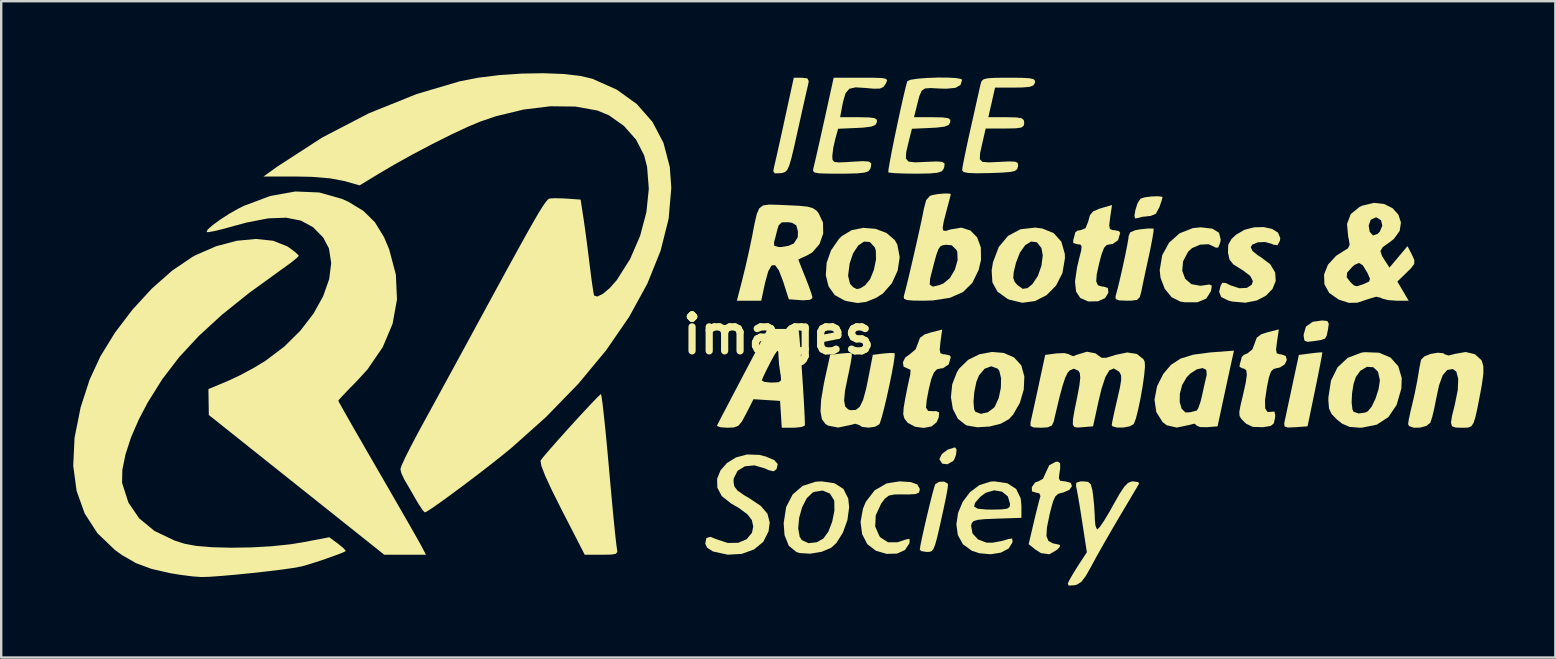
<source format=kicad_pcb>
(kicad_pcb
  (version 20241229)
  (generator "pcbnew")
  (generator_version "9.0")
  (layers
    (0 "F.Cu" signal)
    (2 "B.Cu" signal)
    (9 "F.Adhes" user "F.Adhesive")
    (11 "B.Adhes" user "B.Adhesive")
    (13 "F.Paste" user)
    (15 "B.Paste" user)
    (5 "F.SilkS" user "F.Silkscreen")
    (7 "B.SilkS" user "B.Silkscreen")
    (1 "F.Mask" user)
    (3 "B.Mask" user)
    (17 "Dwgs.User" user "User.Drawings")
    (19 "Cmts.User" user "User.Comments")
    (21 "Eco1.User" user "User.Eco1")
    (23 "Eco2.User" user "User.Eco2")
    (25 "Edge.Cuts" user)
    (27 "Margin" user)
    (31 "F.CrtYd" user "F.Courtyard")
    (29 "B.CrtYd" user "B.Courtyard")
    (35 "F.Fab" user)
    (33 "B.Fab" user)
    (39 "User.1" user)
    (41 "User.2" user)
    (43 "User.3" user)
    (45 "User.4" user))
  (footprint "images"
    (layer "F.Cu")
    (at 29.387 10.888)
    (property "Reference" "images" (at 0 0 0) (layer "F.SilkS") (effects (font (size 1.5 1.5) (thickness 0.3))))
    (attr board_only exclude_from_pos_files exclude_from_bom)
    (fp_poly (pts (xy 7.412 4.794) (xy 7.392 4.996) (xy 7.316 5.202) (xy 7.267 5.268) (xy 7.033 5.401) (xy 6.819 5.379) (xy 6.706 5.214) (xy 6.703 5.171) (xy 6.803 4.972) (xy 7.04 4.794) (xy 7.32 4.705) (xy 7.357 4.704)) (stroke (width 0) (type solid)) (fill yes) (layer "F.SilkS"))
    (fp_poly (pts (xy 22.856 -0.566) (xy 22.919 -0.453) (xy 22.885 -0.214) (xy 22.833 0.042) (xy 22.764 0.167) (xy 22.606 0.224) (xy 22.313 0.27) (xy 22.026 0.302) (xy 21.902 0.248) (xy 21.873 0.067) (xy 21.872 -0.003) (xy 21.969 -0.337) (xy 22.252 -0.533) (xy 22.644 -0.588)) (stroke (width 0) (type solid)) (fill yes) (layer "F.SilkS"))
    (fp_poly (pts (xy 15.97 -5.742) (xy 15.993 -5.721) (xy 15.958 -5.593) (xy 15.873 -5.338) (xy 15.863 -5.309) (xy 15.712 -5.031) (xy 15.491 -4.94) (xy 15.462 -4.939) (xy 15.148 -4.905) (xy 14.984 -4.86) (xy 14.853 -4.838) (xy 14.822 -4.948) (xy 14.859 -5.178) (xy 14.952 -5.474) (xy 15.073 -5.659) (xy 15.083 -5.666) (xy 15.257 -5.719) (xy 15.526 -5.753) (xy 15.795 -5.763)) (stroke (width 0) (type solid)) (fill yes) (layer "F.SilkS"))
    (fp_poly (pts (xy 22.649 0.743) (xy 22.633 0.859) (xy 22.577 1.162) (xy 22.489 1.61) (xy 22.378 2.158) (xy 22.35 2.293) (xy 22.034 3.822) (xy 21.527 3.859) (xy 21.213 3.872) (xy 21.077 3.829) (xy 21.062 3.703) (xy 21.077 3.623) (xy 21.125 3.399) (xy 21.209 3.005) (xy 21.317 2.504) (xy 21.403 2.1) (xy 21.672 0.849) (xy 22.152 0.785) (xy 22.454 0.75) (xy 22.631 0.739)) (stroke (width 0) (type solid)) (fill yes) (layer "F.SilkS"))
    (fp_poly (pts (xy 1.197 -10.674) (xy 1.254 -10.557) (xy 1.233 -10.436) (xy 1.185 -10.23) (xy 1.097 -9.843) (xy 0.98 -9.324) (xy 0.846 -8.72) (xy 0.789 -8.467) (xy 0.642 -7.809) (xy 0.531 -7.346) (xy 0.442 -7.042) (xy 0.36 -6.862) (xy 0.27 -6.772) (xy 0.158 -6.734) (xy 0.072 -6.723) (xy -0.162 -6.717) (xy -0.224 -6.81) (xy -0.197 -6.954) (xy -0.148 -7.162) (xy -0.059 -7.551) (xy 0.057 -8.073) (xy 0.191 -8.681) (xy 0.252 -8.963) (xy 0.631 -10.701) (xy 0.964 -10.701)) (stroke (width 0) (type solid)) (fill yes) (layer "F.SilkS"))
    (fp_poly (pts (xy 7.04 6.206) (xy 7.057 6.262) (xy 7.034 6.442) (xy 6.971 6.783) (xy 6.881 7.216) (xy 6.865 7.291) (xy 6.717 7.961) (xy 6.607 8.436) (xy 6.521 8.748) (xy 6.447 8.933) (xy 6.371 9.023) (xy 6.28 9.052) (xy 6.169 9.055) (xy 5.95 9.023) (xy 5.88 8.964) (xy 5.906 8.79) (xy 5.975 8.451) (xy 6.074 8.006) (xy 6.189 7.513) (xy 6.305 7.031) (xy 6.41 6.618) (xy 6.489 6.333) (xy 6.523 6.237) (xy 6.682 6.134) (xy 6.892 6.125)) (stroke (width 0) (type solid)) (fill yes) (layer "F.SilkS"))
    (fp_poly (pts (xy 15.62 -4.41) (xy 15.615 -4.284) (xy 15.566 -3.982) (xy 15.483 -3.554) (xy 15.423 -3.271) (xy 15.308 -2.744) (xy 15.204 -2.26) (xy 15.129 -1.897) (xy 15.108 -1.793) (xy 15.044 -1.557) (xy 14.928 -1.446) (xy 14.685 -1.413) (xy 14.505 -1.411) (xy 14.182 -1.424) (xy 14.042 -1.479) (xy 14.035 -1.599) (xy 14.041 -1.617) (xy 14.124 -1.922) (xy 14.228 -2.352) (xy 14.339 -2.842) (xy 14.443 -3.327) (xy 14.526 -3.745) (xy 14.575 -4.031) (xy 14.581 -4.105) (xy 14.643 -4.256) (xy 14.86 -4.349) (xy 15.079 -4.387) (xy 15.394 -4.419) (xy 15.592 -4.419)) (stroke (width 0) (type solid)) (fill yes) (layer "F.SilkS"))
    (fp_poly (pts (xy -7.376 2.588) (xy -7.333 2.902) (xy -7.278 3.389) (xy -7.212 4.019) (xy -7.141 4.761) (xy -7.069 5.556) (xy -6.994 6.397) (xy -6.923 7.17) (xy -6.858 7.843) (xy -6.803 8.38) (xy -6.761 8.749) (xy -6.738 8.908) (xy -6.72 9.055) (xy -6.785 9.134) (xy -6.984 9.166) (xy -7.366 9.172) (xy -7.377 9.172) (xy -8.077 9.172) (xy -9.043 7.292) (xy -9.443 6.493) (xy -9.724 5.886) (xy -9.883 5.474) (xy -9.92 5.261) (xy -9.914 5.244) (xy -9.804 5.1) (xy -9.574 4.829) (xy -9.258 4.469) (xy -8.89 4.057) (xy -8.501 3.628) (xy -8.126 3.22) (xy -7.798 2.869) (xy -7.55 2.612) (xy -7.416 2.486) (xy -7.403 2.479)) (stroke (width 0) (type solid)) (fill yes) (layer "F.SilkS"))
    (fp_poly (pts (xy 5.506 6.145) (xy 5.777 6.244) (xy 5.877 6.423) (xy 5.88 6.464) (xy 5.844 6.583) (xy 5.704 6.643) (xy 5.405 6.66) (xy 5.211 6.658) (xy 4.823 6.66) (xy 4.588 6.709) (xy 4.422 6.838) (xy 4.27 7.044) (xy 4.046 7.527) (xy 4.022 7.994) (xy 4.198 8.396) (xy 4.248 8.456) (xy 4.556 8.651) (xy 4.952 8.652) (xy 5.312 8.533) (xy 5.452 8.509) (xy 5.455 8.652) (xy 5.443 8.702) (xy 5.262 8.976) (xy 4.93 9.125) (xy 4.499 9.135) (xy 4.054 9.008) (xy 3.695 8.733) (xy 3.478 8.315) (xy 3.413 7.805) (xy 3.512 7.254) (xy 3.634 6.963) (xy 4 6.488) (xy 4.5 6.2) (xy 5.036 6.115)) (stroke (width 0) (type solid)) (fill yes) (layer "F.SilkS"))
    (fp_poly (pts (xy 18.068 -4.412) (xy 18.345 -4.242) (xy 18.417 -3.957) (xy 18.397 -3.838) (xy 18.31 -3.622) (xy 18.203 -3.623) (xy 18.188 -3.637) (xy 17.913 -3.764) (xy 17.559 -3.747) (xy 17.22 -3.601) (xy 17.059 -3.453) (xy 16.847 -3.049) (xy 16.813 -2.657) (xy 16.936 -2.324) (xy 17.195 -2.1) (xy 17.569 -2.033) (xy 17.684 -2.048) (xy 17.952 -2.087) (xy 18.045 -2.037) (xy 18.018 -1.854) (xy 18.004 -1.8) (xy 17.813 -1.499) (xy 17.449 -1.346) (xy 16.924 -1.345) (xy 16.732 -1.376) (xy 16.371 -1.556) (xy 16.084 -1.907) (xy 15.909 -2.367) (xy 15.875 -2.684) (xy 15.979 -3.306) (xy 16.266 -3.83) (xy 16.702 -4.218) (xy 17.252 -4.435) (xy 17.587 -4.468)) (stroke (width 0) (type solid)) (fill yes) (layer "F.SilkS"))
    (fp_poly (pts (xy 10.976 -4.421) (xy 11.457 -4.228) (xy 11.777 -3.87) (xy 11.921 -3.366) (xy 11.927 -3.183) (xy 11.823 -2.563) (xy 11.556 -2.041) (xy 11.163 -1.643) (xy 10.681 -1.396) (xy 10.148 -1.325) (xy 9.601 -1.457) (xy 9.525 -1.494) (xy 9.117 -1.789) (xy 8.904 -2.174) (xy 8.893 -2.358) (xy 9.774 -2.358) (xy 9.838 -2.189) (xy 9.945 -2.066) (xy 10.165 -1.905) (xy 10.367 -1.935) (xy 10.577 -2.11) (xy 10.799 -2.442) (xy 10.949 -2.871) (xy 11.003 -3.3) (xy 10.948 -3.606) (xy 10.758 -3.844) (xy 10.522 -3.878) (xy 10.275 -3.729) (xy 10.05 -3.413) (xy 9.89 -2.999) (xy 9.793 -2.603) (xy 9.774 -2.358) (xy 8.893 -2.358) (xy 8.874 -2.678) (xy 8.93 -3.015) (xy 9.171 -3.651) (xy 9.557 -4.112) (xy 10.069 -4.386) (xy 10.684 -4.457)) (stroke (width 0) (type solid)) (fill yes) (layer "F.SilkS"))
    (fp_poly (pts (xy 2.329 6.194) (xy 2.7 6.431) (xy 2.899 6.829) (xy 2.937 7.197) (xy 2.864 7.732) (xy 2.675 8.254) (xy 2.406 8.681) (xy 2.19 8.88) (xy 1.792 9.049) (xy 1.317 9.128) (xy 0.88 9.102) (xy 0.743 9.06) (xy 0.424 8.8) (xy 0.246 8.357) (xy 0.225 8.074) (xy 0.815 8.074) (xy 0.878 8.427) (xy 0.964 8.561) (xy 1.244 8.69) (xy 1.59 8.651) (xy 1.865 8.496) (xy 2.07 8.212) (xy 2.232 7.792) (xy 2.324 7.335) (xy 2.318 6.939) (xy 2.31 6.903) (xy 2.136 6.623) (xy 1.836 6.498) (xy 1.479 6.552) (xy 1.412 6.585) (xy 1.169 6.82) (xy 0.977 7.196) (xy 0.854 7.639) (xy 0.815 8.074) (xy 0.225 8.074) (xy 0.209 7.858) (xy 0.313 7.185) (xy 0.582 6.662) (xy 0.998 6.304) (xy 1.547 6.129) (xy 1.785 6.115)) (stroke (width 0) (type solid)) (fill yes) (layer "F.SilkS"))
    (fp_poly (pts (xy 4.032 -4.406) (xy 4.489 -4.235) (xy 4.832 -3.944) (xy 4.943 -3.753) (xy 5.043 -3.228) (xy 4.959 -2.667) (xy 4.718 -2.14) (xy 4.347 -1.714) (xy 4.068 -1.534) (xy 3.645 -1.361) (xy 3.286 -1.316) (xy 2.87 -1.388) (xy 2.735 -1.425) (xy 2.335 -1.647) (xy 2.078 -2.012) (xy 1.971 -2.45) (xy 2.893 -2.45) (xy 2.975 -2.113) (xy 3.108 -1.971) (xy 3.261 -1.894) (xy 3.415 -1.932) (xy 3.607 -2.056) (xy 3.811 -2.309) (xy 3.968 -2.697) (xy 4.056 -3.125) (xy 4.049 -3.5) (xy 4.003 -3.636) (xy 3.798 -3.857) (xy 3.557 -3.874) (xy 3.314 -3.708) (xy 3.099 -3.381) (xy 2.956 -2.953) (xy 2.893 -2.45) (xy 1.971 -2.45) (xy 1.965 -2.474) (xy 1.999 -2.988) (xy 2.181 -3.506) (xy 2.513 -3.985) (xy 2.627 -4.1) (xy 3.037 -4.348) (xy 3.527 -4.446)) (stroke (width 0) (type solid)) (fill yes) (layer "F.SilkS"))
    (fp_poly (pts (xy 9.379 0.767) (xy 9.806 0.952) (xy 10.107 1.282) (xy 10.109 1.287) (xy 10.236 1.746) (xy 10.211 2.291) (xy 10.049 2.845) (xy 9.771 3.331) (xy 9.6 3.518) (xy 9.257 3.712) (xy 8.785 3.831) (xy 8.283 3.861) (xy 7.85 3.789) (xy 7.797 3.768) (xy 7.467 3.509) (xy 7.258 3.101) (xy 7.208 2.796) (xy 8.118 2.796) (xy 8.142 3.102) (xy 8.192 3.214) (xy 8.425 3.301) (xy 8.716 3.237) (xy 8.971 3.046) (xy 9.011 2.992) (xy 9.17 2.638) (xy 9.257 2.22) (xy 9.266 1.817) (xy 9.192 1.51) (xy 9.123 1.419) (xy 8.854 1.321) (xy 8.58 1.423) (xy 8.349 1.695) (xy 8.239 1.964) (xy 8.151 2.391) (xy 8.118 2.796) (xy 7.208 2.796) (xy 7.177 2.604) (xy 7.231 2.073) (xy 7.427 1.566) (xy 7.522 1.416) (xy 7.896 1.051) (xy 8.368 0.819) (xy 8.881 0.724)) (stroke (width 0) (type solid)) (fill yes) (layer "F.SilkS"))
    (fp_poly (pts (xy 25.016 0.756) (xy 25.491 0.958) (xy 25.812 1.317) (xy 25.958 1.811) (xy 25.941 2.248) (xy 25.743 2.934) (xy 25.402 3.437) (xy 24.92 3.752) (xy 24.301 3.878) (xy 24.197 3.88) (xy 23.779 3.844) (xy 23.465 3.705) (xy 23.265 3.545) (xy 23.037 3.312) (xy 22.929 3.083) (xy 22.907 2.819) (xy 23.87 2.819) (xy 23.902 3.112) (xy 23.95 3.214) (xy 24.158 3.287) (xy 24.433 3.25) (xy 24.543 3.198) (xy 24.706 3) (xy 24.868 2.66) (xy 24.993 2.269) (xy 25.047 1.916) (xy 25.047 1.9) (xy 24.969 1.547) (xy 24.771 1.359) (xy 24.507 1.344) (xy 24.233 1.507) (xy 24.046 1.766) (xy 23.949 2.06) (xy 23.888 2.439) (xy 23.87 2.819) (xy 22.907 2.819) (xy 22.901 2.756) (xy 22.903 2.612) (xy 23.01 1.917) (xy 23.284 1.363) (xy 23.71 0.968) (xy 24.272 0.754) (xy 24.411 0.733)) (stroke (width 0) (type solid)) (fill yes) (layer "F.SilkS"))
    (fp_poly (pts (xy 11.726 5.356) (xy 11.729 5.578) (xy 11.708 5.703) (xy 11.672 5.977) (xy 11.729 6.091) (xy 11.92 6.115) (xy 11.939 6.115) (xy 12.166 6.174) (xy 12.219 6.313) (xy 12.111 6.468) (xy 11.858 6.579) (xy 11.828 6.584) (xy 11.651 6.632) (xy 11.53 6.736) (xy 11.433 6.946) (xy 11.332 7.314) (xy 11.281 7.526) (xy 11.175 8.049) (xy 11.157 8.391) (xy 11.236 8.594) (xy 11.422 8.697) (xy 11.555 8.724) (xy 11.725 8.765) (xy 11.704 8.854) (xy 11.596 8.966) (xy 11.279 9.152) (xy 10.932 9.105) (xy 10.689 8.951) (xy 10.416 8.73) (xy 10.633 7.805) (xy 10.742 7.352) (xy 10.836 6.981) (xy 10.898 6.757) (xy 10.906 6.732) (xy 10.859 6.612) (xy 10.725 6.585) (xy 10.551 6.532) (xy 10.549 6.35) (xy 10.687 6.159) (xy 10.819 6.115) (xy 11.012 6.007) (xy 11.109 5.793) (xy 11.272 5.445) (xy 11.543 5.3) (xy 11.625 5.293)) (stroke (width 0) (type solid)) (fill yes) (layer "F.SilkS"))
    (fp_poly (pts (xy 6.741 0.308) (xy 6.709 0.627) (xy 6.741 0.778) (xy 6.861 0.822) (xy 6.922 0.823) (xy 7.122 0.866) (xy 7.173 0.931) (xy 7.085 1.242) (xy 6.851 1.401) (xy 6.754 1.411) (xy 6.592 1.448) (xy 6.466 1.585) (xy 6.357 1.856) (xy 6.25 2.3) (xy 6.168 2.734) (xy 6.139 3.045) (xy 6.228 3.181) (xy 6.478 3.193) (xy 6.556 3.184) (xy 6.686 3.244) (xy 6.668 3.457) (xy 6.581 3.653) (xy 6.37 3.827) (xy 6.041 3.889) (xy 5.683 3.84) (xy 5.387 3.681) (xy 5.349 3.643) (xy 5.235 3.489) (xy 5.19 3.31) (xy 5.21 3.035) (xy 5.272 2.673) (xy 5.357 2.24) (xy 5.436 1.868) (xy 5.482 1.676) (xy 5.495 1.468) (xy 5.364 1.411) (xy 5.203 1.333) (xy 5.177 1.154) (xy 5.274 0.955) (xy 5.452 0.829) (xy 5.705 0.615) (xy 5.798 0.378) (xy 5.888 0.136) (xy 6.083 -0.007) (xy 6.34 -0.088) (xy 6.812 -0.208)) (stroke (width 0) (type solid)) (fill yes) (layer "F.SilkS"))
    (fp_poly (pts (xy 20.556 -4.402) (xy 20.804 -4.246) (xy 20.898 -4.018) (xy 20.879 -3.901) (xy 20.782 -3.723) (xy 20.617 -3.744) (xy 20.565 -3.77) (xy 20.27 -3.856) (xy 19.962 -3.844) (xy 19.732 -3.748) (xy 19.666 -3.645) (xy 19.743 -3.479) (xy 19.986 -3.284) (xy 20.074 -3.234) (xy 20.481 -2.929) (xy 20.685 -2.585) (xy 20.708 -2.233) (xy 20.573 -1.901) (xy 20.301 -1.62) (xy 19.915 -1.419) (xy 19.437 -1.328) (xy 18.889 -1.377) (xy 18.727 -1.42) (xy 18.434 -1.565) (xy 18.35 -1.786) (xy 18.415 -2.045) (xy 18.485 -2.158) (xy 18.615 -2.151) (xy 18.839 -2.045) (xy 19.195 -1.93) (xy 19.507 -1.946) (xy 19.711 -2.079) (xy 19.756 -2.228) (xy 19.645 -2.444) (xy 19.333 -2.682) (xy 19.256 -2.727) (xy 18.94 -2.926) (xy 18.783 -3.122) (xy 18.723 -3.395) (xy 18.72 -3.425) (xy 18.731 -3.742) (xy 18.863 -3.98) (xy 19.053 -4.159) (xy 19.402 -4.364) (xy 19.804 -4.468) (xy 20.205 -4.478)) (stroke (width 0) (type solid)) (fill yes) (layer "F.SilkS"))
    (fp_poly (pts (xy 4.819 0.771) (xy 4.831 0.776) (xy 4.834 0.897) (xy 4.791 1.193) (xy 4.715 1.612) (xy 4.615 2.101) (xy 4.504 2.606) (xy 4.393 3.075) (xy 4.293 3.455) (xy 4.216 3.693) (xy 4.196 3.734) (xy 4.019 3.839) (xy 3.74 3.878) (xy 3.476 3.845) (xy 3.354 3.767) (xy 3.191 3.715) (xy 2.987 3.767) (xy 2.482 3.874) (xy 2.06 3.792) (xy 1.952 3.727) (xy 1.804 3.53) (xy 1.744 3.202) (xy 1.77 2.717) (xy 1.884 2.047) (xy 1.935 1.804) (xy 2.146 0.845) (xy 2.572 0.792) (xy 2.864 0.768) (xy 3.036 0.775) (xy 3.047 0.781) (xy 3.046 0.907) (xy 2.998 1.204) (xy 2.915 1.614) (xy 2.887 1.738) (xy 2.766 2.336) (xy 2.727 2.744) (xy 2.772 2.996) (xy 2.904 3.123) (xy 3.01 3.151) (xy 3.218 3.137) (xy 3.381 3.005) (xy 3.517 2.724) (xy 3.644 2.261) (xy 3.73 1.845) (xy 3.923 0.844) (xy 4.343 0.791) (xy 4.638 0.766)) (stroke (width 0) (type solid)) (fill yes) (layer "F.SilkS"))
    (fp_poly (pts (xy 18.892 1.01) (xy 18.836 1.267) (xy 18.744 1.688) (xy 18.632 2.207) (xy 18.55 2.587) (xy 18.286 3.822) (xy 17.845 3.858) (xy 17.556 3.853) (xy 17.41 3.793) (xy 17.404 3.773) (xy 17.315 3.71) (xy 17.102 3.766) (xy 16.589 3.874) (xy 16.171 3.78) (xy 15.996 3.648) (xy 15.734 3.23) (xy 15.671 2.809) (xy 16.708 2.809) (xy 16.787 3.088) (xy 16.945 3.244) (xy 17.145 3.236) (xy 17.355 3.18) (xy 17.404 3.175) (xy 17.481 3.07) (xy 17.574 2.802) (xy 17.634 2.56) (xy 17.723 2.154) (xy 17.802 1.805) (xy 17.833 1.678) (xy 17.816 1.47) (xy 17.662 1.395) (xy 17.424 1.447) (xy 17.152 1.621) (xy 17.003 1.773) (xy 16.811 2.097) (xy 16.714 2.461) (xy 16.708 2.809) (xy 15.671 2.809) (xy 15.657 2.716) (xy 15.764 2.154) (xy 16.025 1.636) (xy 16.344 1.261) (xy 16.739 1.003) (xy 17.261 0.839) (xy 17.96 0.746) (xy 17.996 0.743) (xy 18.969 0.668)) (stroke (width 0) (type solid)) (fill yes) (layer "F.SilkS"))
    (fp_poly (pts (xy 13.81 -4.874) (xy 13.772 -4.552) (xy 13.8 -4.399) (xy 13.914 -4.353) (xy 13.98 -4.351) (xy 14.178 -4.308) (xy 14.229 -4.243) (xy 14.142 -3.933) (xy 13.913 -3.774) (xy 13.819 -3.763) (xy 13.667 -3.733) (xy 13.555 -3.611) (xy 13.454 -3.348) (xy 13.358 -2.992) (xy 13.251 -2.511) (xy 13.23 -2.212) (xy 13.3 -2.056) (xy 13.47 -2.001) (xy 13.538 -1.999) (xy 13.717 -1.939) (xy 13.737 -1.742) (xy 13.597 -1.517) (xy 13.302 -1.386) (xy 12.923 -1.379) (xy 12.876 -1.388) (xy 12.564 -1.526) (xy 12.389 -1.796) (xy 12.346 -2.217) (xy 12.433 -2.81) (xy 12.514 -3.146) (xy 12.603 -3.5) (xy 12.622 -3.684) (xy 12.564 -3.753) (xy 12.442 -3.763) (xy 12.27 -3.815) (xy 12.276 -3.949) (xy 12.339 -4.173) (xy 12.347 -4.243) (xy 12.446 -4.33) (xy 12.585 -4.351) (xy 12.784 -4.432) (xy 12.894 -4.701) (xy 12.895 -4.706) (xy 12.968 -4.973) (xy 13.098 -5.129) (xy 13.354 -5.241) (xy 13.533 -5.295) (xy 13.888 -5.396)) (stroke (width 0) (type solid)) (fill yes) (layer "F.SilkS"))
    (fp_poly (pts (xy -0.8 5.012) (xy -0.536 5.08) (xy -0.181 5.231) (xy -0.038 5.393) (xy -0.083 5.592) (xy -0.098 5.617) (xy -0.211 5.696) (xy -0.414 5.649) (xy -0.572 5.576) (xy -1.009 5.448) (xy -1.406 5.488) (xy -1.71 5.675) (xy -1.869 5.988) (xy -1.881 6.118) (xy -1.848 6.321) (xy -1.716 6.496) (xy -1.44 6.691) (xy -1.231 6.812) (xy -0.744 7.138) (xy -0.465 7.464) (xy -0.372 7.83) (xy -0.421 8.201) (xy -0.641 8.635) (xy -1.028 8.952) (xy -1.535 9.136) (xy -2.118 9.17) (xy -2.729 9.037) (xy -2.734 9.036) (xy -2.975 8.882) (xy -3.057 8.712) (xy -3.01 8.476) (xy -2.849 8.425) (xy -2.578 8.53) (xy -2.119 8.681) (xy -1.688 8.674) (xy -1.335 8.527) (xy -1.111 8.257) (xy -1.058 7.998) (xy -1.114 7.732) (xy -1.303 7.485) (xy -1.659 7.223) (xy -1.988 7.032) (xy -2.37 6.728) (xy -2.554 6.377) (xy -2.563 6.009) (xy -2.421 5.655) (xy -2.15 5.348) (xy -1.774 5.117) (xy -1.316 4.995)) (stroke (width 0) (type solid)) (fill yes) (layer "F.SilkS"))
    (fp_poly (pts (xy 14.974 6.144) (xy 15.018 6.203) (xy 14.943 6.332) (xy 14.772 6.622) (xy 14.529 7.032) (xy 14.239 7.519) (xy 14.2 7.585) (xy 13.86 8.165) (xy 13.52 8.756) (xy 13.222 9.285) (xy 13.029 9.643) (xy 12.796 10.057) (xy 12.611 10.299) (xy 12.433 10.416) (xy 12.302 10.445) (xy 12.079 10.455) (xy 12.045 10.372) (xy 12.122 10.21) (xy 12.281 9.936) (xy 12.495 9.593) (xy 12.554 9.503) (xy 12.84 9.068) (xy 12.645 7.797) (xy 12.561 7.258) (xy 12.482 6.791) (xy 12.421 6.455) (xy 12.391 6.321) (xy 12.397 6.172) (xy 12.567 6.118) (xy 12.676 6.115) (xy 12.889 6.135) (xy 13.004 6.235) (xy 13.069 6.479) (xy 13.096 6.66) (xy 13.143 7.113) (xy 13.169 7.561) (xy 13.17 7.66) (xy 13.195 7.948) (xy 13.257 8.105) (xy 13.278 8.114) (xy 13.377 8.017) (xy 13.556 7.757) (xy 13.784 7.378) (xy 13.931 7.114) (xy 14.199 6.64) (xy 14.396 6.341) (xy 14.554 6.18) (xy 14.704 6.119) (xy 14.771 6.115)) (stroke (width 0) (type solid)) (fill yes) (layer "F.SilkS"))
    (fp_poly (pts (xy 20.76 0.303) (xy 20.722 0.624) (xy 20.751 0.776) (xy 20.867 0.821) (xy 20.932 0.823) (xy 21.126 0.894) (xy 21.17 1.058) (xy 21.084 1.241) (xy 20.884 1.37) (xy 20.797 1.388) (xy 20.624 1.43) (xy 20.511 1.54) (xy 20.427 1.775) (xy 20.343 2.181) (xy 20.262 2.73) (xy 20.269 3.075) (xy 20.368 3.227) (xy 20.525 3.216) (xy 20.656 3.208) (xy 20.687 3.361) (xy 20.676 3.482) (xy 20.627 3.7) (xy 20.497 3.807) (xy 20.216 3.852) (xy 20.144 3.858) (xy 19.753 3.845) (xy 19.483 3.718) (xy 19.409 3.652) (xy 19.271 3.51) (xy 19.2 3.387) (xy 19.191 3.222) (xy 19.241 2.95) (xy 19.342 2.528) (xy 19.458 2.006) (xy 19.505 1.671) (xy 19.48 1.486) (xy 19.385 1.416) (xy 19.331 1.411) (xy 19.199 1.341) (xy 19.214 1.225) (xy 19.277 1.01) (xy 19.285 0.945) (xy 19.383 0.843) (xy 19.521 0.789) (xy 19.732 0.621) (xy 19.828 0.375) (xy 19.917 0.129) (xy 20.11 -0.015) (xy 20.368 -0.097) (xy 20.838 -0.216)) (stroke (width 0) (type solid)) (fill yes) (layer "F.SilkS"))
    (fp_poly (pts (xy 9.528 6.194) (xy 9.894 6.431) (xy 10.084 6.824) (xy 10.113 7.118) (xy 10.113 7.634) (xy 9.084 7.668) (xy 8.589 7.689) (xy 8.281 7.72) (xy 8.114 7.773) (xy 8.041 7.862) (xy 8.018 7.96) (xy 8.076 8.286) (xy 8.309 8.537) (xy 8.66 8.668) (xy 8.921 8.668) (xy 9.272 8.603) (xy 9.55 8.526) (xy 9.566 8.52) (xy 9.729 8.494) (xy 9.744 8.639) (xy 9.742 8.652) (xy 9.583 8.911) (xy 9.261 9.082) (xy 8.837 9.152) (xy 8.369 9.11) (xy 8.052 9.008) (xy 7.678 8.737) (xy 7.466 8.354) (xy 7.404 7.903) (xy 7.476 7.425) (xy 7.584 7.166) (xy 8.143 7.166) (xy 8.295 7.254) (xy 8.658 7.288) (xy 8.878 7.291) (xy 9.293 7.283) (xy 9.524 7.25) (xy 9.623 7.175) (xy 9.643 7.064) (xy 9.549 6.742) (xy 9.308 6.545) (xy 8.982 6.488) (xy 8.63 6.587) (xy 8.403 6.756) (xy 8.184 7.007) (xy 8.143 7.166) (xy 7.584 7.166) (xy 7.669 6.966) (xy 7.968 6.567) (xy 8.361 6.272) (xy 8.832 6.124) (xy 8.989 6.115)) (stroke (width 0) (type solid)) (fill yes) (layer "F.SilkS"))
    (fp_poly (pts (xy 29.005 0.818) (xy 29.272 1.06) (xy 29.301 1.116) (xy 29.358 1.329) (xy 29.357 1.635) (xy 29.296 2.086) (xy 29.232 2.436) (xy 29.116 3.034) (xy 29.027 3.439) (xy 28.946 3.689) (xy 28.853 3.821) (xy 28.726 3.873) (xy 28.547 3.881) (xy 28.449 3.881) (xy 28.195 3.872) (xy 28.053 3.818) (xy 28.009 3.671) (xy 28.052 3.388) (xy 28.168 2.924) (xy 28.17 2.915) (xy 28.291 2.313) (xy 28.311 1.846) (xy 28.232 1.544) (xy 28.09 1.436) (xy 27.855 1.472) (xy 27.665 1.693) (xy 27.511 2.116) (xy 27.406 2.604) (xy 27.317 3.056) (xy 27.226 3.435) (xy 27.151 3.664) (xy 27.146 3.675) (xy 26.984 3.806) (xy 26.725 3.876) (xy 26.456 3.88) (xy 26.264 3.812) (xy 26.223 3.729) (xy 26.251 3.537) (xy 26.322 3.203) (xy 26.387 2.935) (xy 26.499 2.454) (xy 26.597 1.964) (xy 26.631 1.764) (xy 26.691 1.398) (xy 26.748 1.109) (xy 26.764 1.044) (xy 26.901 0.909) (xy 27.165 0.805) (xy 27.461 0.755) (xy 27.692 0.779) (xy 27.753 0.825) (xy 27.912 0.872) (xy 28.178 0.804) (xy 28.619 0.726)) (stroke (width 0) (type solid)) (fill yes) (layer "F.SilkS"))
    (fp_poly (pts (xy 0.537 -0.23) (xy 0.772 -0.218) (xy 0.83 -0.206) (xy 0.852 -0.036) (xy 0.883 0.312) (xy 0.92 0.79) (xy 0.96 1.35) (xy 0.999 1.945) (xy 1.036 2.529) (xy 1.066 3.052) (xy 1.086 3.467) (xy 1.094 3.728) (xy 1.091 3.792) (xy 0.955 3.849) (xy 0.675 3.879) (xy 0.587 3.881) (xy 0.13 3.881) (xy 0.095 3.322) (xy 0.059 2.763) (xy -0.495 2.728) (xy -1.048 2.692) (xy -1.349 3.286) (xy -1.532 3.625) (xy -1.683 3.802) (xy -1.872 3.87) (xy -2.128 3.881) (xy -2.415 3.861) (xy -2.562 3.812) (xy -2.567 3.79) (xy -2.503 3.662) (xy -2.346 3.36) (xy -2.115 2.918) (xy -1.828 2.37) (xy -1.586 1.911) (xy -0.7 1.911) (xy -0.6 1.968) (xy -0.347 1.998) (xy -0.279 1.999) (xy -0.000166 1.986) (xy 0.102 1.906) (xy 0.087 1.699) (xy 0.073 1.632) (xy 0.016 1.229) (xy -0.006 0.897) (xy -0.015 0.71) (xy -0.054 0.67) (xy -0.146 0.796) (xy -0.317 1.108) (xy -0.353 1.176) (xy -0.533 1.529) (xy -0.659 1.797) (xy -0.7 1.911) (xy -1.586 1.911) (xy -1.502 1.75) (xy -1.493 1.732) (xy -0.457 -0.235) (xy 0.183 -0.235)) (stroke (width 0) (type solid)) (fill yes) (layer "F.SilkS"))
    (fp_poly (pts (xy 3.969 -10.699) (xy 4.298 -10.687) (xy 4.468 -10.656) (xy 4.517 -10.596) (xy 4.485 -10.497) (xy 4.46 -10.45) (xy 4.361 -10.311) (xy 4.212 -10.247) (xy 3.948 -10.244) (xy 3.636 -10.272) (xy 3.208 -10.299) (xy 2.944 -10.24) (xy 2.787 -10.053) (xy 2.682 -9.692) (xy 2.643 -9.493) (xy 2.561 -9.055) (xy 3.347 -9.055) (xy 3.767 -9.047) (xy 4 -9.016) (xy 4.092 -8.949) (xy 4.094 -8.849) (xy 4.029 -8.734) (xy 3.854 -8.663) (xy 3.52 -8.622) (xy 3.266 -8.608) (xy 2.478 -8.574) (xy 2.357 -8.138) (xy 2.275 -7.771) (xy 2.236 -7.45) (xy 2.235 -7.422) (xy 2.246 -7.276) (xy 2.313 -7.197) (xy 2.487 -7.171) (xy 2.821 -7.184) (xy 3.057 -7.2) (xy 3.505 -7.225) (xy 3.759 -7.207) (xy 3.858 -7.131) (xy 3.842 -6.981) (xy 3.809 -6.889) (xy 3.735 -6.801) (xy 3.567 -6.746) (xy 3.261 -6.715) (xy 2.778 -6.703) (xy 2.561 -6.703) (xy 2.027 -6.705) (xy 1.689 -6.717) (xy 1.505 -6.749) (xy 1.436 -6.81) (xy 1.442 -6.911) (xy 1.456 -6.967) (xy 1.507 -7.173) (xy 1.596 -7.56) (xy 1.714 -8.08) (xy 1.849 -8.687) (xy 1.911 -8.966) (xy 2.293 -10.701) (xy 3.444 -10.701)) (stroke (width 0) (type solid)) (fill yes) (layer "F.SilkS"))
    (fp_poly (pts (xy 7.04 -10.706) (xy 7.392 -10.686) (xy 7.605 -10.646) (xy 7.642 -10.613) (xy 7.577 -10.4) (xy 7.37 -10.28) (xy 6.988 -10.242) (xy 6.7 -10.25) (xy 6.327 -10.27) (xy 6.095 -10.252) (xy 5.955 -10.153) (xy 5.86 -9.929) (xy 5.759 -9.537) (xy 5.72 -9.378) (xy 5.64 -9.055) (xy 6.415 -9.055) (xy 6.832 -9.047) (xy 7.061 -9.015) (xy 7.15 -8.946) (xy 7.151 -8.849) (xy 7.085 -8.733) (xy 6.909 -8.662) (xy 6.573 -8.622) (xy 6.332 -8.609) (xy 5.552 -8.574) (xy 5.422 -8.057) (xy 5.315 -7.603) (xy 5.3 -7.335) (xy 5.411 -7.206) (xy 5.685 -7.174) (xy 6.115 -7.193) (xy 6.561 -7.212) (xy 6.814 -7.195) (xy 6.914 -7.125) (xy 6.901 -6.987) (xy 6.867 -6.889) (xy 6.789 -6.798) (xy 6.611 -6.742) (xy 6.291 -6.712) (xy 5.784 -6.703) (xy 5.71 -6.703) (xy 5.229 -6.709) (xy 4.844 -6.724) (xy 4.611 -6.747) (xy 4.568 -6.76) (xy 4.577 -6.882) (xy 4.629 -7.188) (xy 4.712 -7.63) (xy 4.819 -8.162) (xy 4.94 -8.739) (xy 5.063 -9.313) (xy 5.181 -9.839) (xy 5.283 -10.27) (xy 5.358 -10.554) (xy 5.482 -10.612) (xy 5.772 -10.658) (xy 6.17 -10.69) (xy 6.613 -10.707)) (stroke (width 0) (type solid)) (fill yes) (layer "F.SilkS"))
    (fp_poly (pts (xy 7.121 -5.873) (xy 7.172 -5.85) (xy 7.143 -5.73) (xy 7.071 -5.451) (xy 6.997 -5.174) (xy 6.878 -4.715) (xy 6.832 -4.444) (xy 6.864 -4.326) (xy 6.983 -4.322) (xy 7.152 -4.379) (xy 7.611 -4.455) (xy 7.99 -4.335) (xy 8.268 -4.051) (xy 8.423 -3.634) (xy 8.431 -3.116) (xy 8.333 -2.693) (xy 8.069 -2.154) (xy 7.679 -1.771) (xy 7.138 -1.532) (xy 6.423 -1.422) (xy 6.052 -1.411) (xy 5.599 -1.417) (xy 5.338 -1.441) (xy 5.223 -1.494) (xy 5.212 -1.587) (xy 5.22 -1.617) (xy 5.292 -1.888) (xy 5.339 -2.079) (xy 6.294 -2.079) (xy 6.424 -1.996) (xy 6.715 -2.068) (xy 6.871 -2.134) (xy 7.136 -2.357) (xy 7.343 -2.71) (xy 7.456 -3.104) (xy 7.442 -3.449) (xy 7.411 -3.522) (xy 7.211 -3.72) (xy 6.966 -3.741) (xy 6.835 -3.721) (xy 6.737 -3.674) (xy 6.657 -3.559) (xy 6.575 -3.339) (xy 6.474 -2.975) (xy 6.335 -2.428) (xy 6.309 -2.322) (xy 6.294 -2.079) (xy 5.339 -2.079) (xy 5.401 -2.331) (xy 5.532 -2.886) (xy 5.672 -3.494) (xy 5.809 -4.098) (xy 5.927 -4.637) (xy 6.014 -5.053) (xy 6.052 -5.251) (xy 6.145 -5.6) (xy 6.3 -5.774) (xy 6.388 -5.808) (xy 6.639 -5.854) (xy 6.915 -5.877)) (stroke (width 0) (type solid)) (fill yes) (layer "F.SilkS"))
    (fp_poly (pts (xy 10.116 -10.697) (xy 10.444 -10.679) (xy 10.618 -10.641) (xy 10.68 -10.573) (xy 10.677 -10.495) (xy 10.618 -10.384) (xy 10.462 -10.321) (xy 10.158 -10.294) (xy 9.826 -10.289) (xy 9.016 -10.289) (xy 8.876 -9.672) (xy 8.736 -9.055) (xy 9.483 -9.055) (xy 9.891 -9.047) (xy 10.117 -9.013) (xy 10.212 -8.936) (xy 10.231 -8.819) (xy 10.208 -8.695) (xy 10.106 -8.624) (xy 9.873 -8.592) (xy 9.46 -8.584) (xy 9.428 -8.584) (xy 8.625 -8.584) (xy 8.487 -7.987) (xy 8.392 -7.557) (xy 8.38 -7.308) (xy 8.489 -7.195) (xy 8.76 -7.173) (xy 9.177 -7.193) (xy 9.608 -7.213) (xy 9.853 -7.203) (xy 9.959 -7.152) (xy 9.976 -7.048) (xy 9.971 -7.001) (xy 9.936 -6.89) (xy 9.84 -6.817) (xy 9.639 -6.773) (xy 9.288 -6.746) (xy 8.79 -6.728) (xy 8.24 -6.719) (xy 7.889 -6.733) (xy 7.702 -6.774) (xy 7.644 -6.846) (xy 7.644 -6.852) (xy 7.668 -7.019) (xy 7.736 -7.369) (xy 7.837 -7.854) (xy 7.962 -8.428) (xy 7.999 -8.59) (xy 8.134 -9.192) (xy 8.254 -9.729) (xy 8.349 -10.151) (xy 8.406 -10.406) (xy 8.413 -10.436) (xy 8.453 -10.559) (xy 8.541 -10.636) (xy 8.721 -10.679) (xy 9.039 -10.697) (xy 9.543 -10.701) (xy 9.595 -10.701)) (stroke (width 0) (type solid)) (fill yes) (layer "F.SilkS"))
    (fp_poly (pts (xy -0.008 -5.405) (xy 0.316 -5.391) (xy 0.847 -5.366) (xy 1.196 -5.33) (xy 1.418 -5.27) (xy 1.566 -5.173) (xy 1.657 -5.073) (xy 1.848 -4.667) (xy 1.857 -4.21) (xy 1.703 -3.772) (xy 1.404 -3.424) (xy 1.181 -3.295) (xy 0.938 -3.188) (xy 0.824 -3.125) (xy 0.823 -3.122) (xy 0.864 -3.01) (xy 0.97 -2.739) (xy 1.117 -2.374) (xy 1.268 -1.986) (xy 1.374 -1.678) (xy 1.411 -1.524) (xy 1.304 -1.448) (xy 1.017 -1.428) (xy 0.917 -1.434) (xy 0.424 -1.47) (xy 0.188 -2.209) (xy 0.013 -2.668) (xy -0.147 -2.892) (xy -0.294 -2.882) (xy -0.433 -2.638) (xy -0.565 -2.159) (xy -0.568 -2.145) (xy -0.726 -1.411) (xy -1.233 -1.411) (xy -1.74 -1.411) (xy -1.52 -2.264) (xy -1.381 -2.83) (xy -1.233 -3.483) (xy -1.156 -3.851) (xy -0.19 -3.851) (xy -0.185 -3.702) (xy -0.014 -3.648) (xy 0.087 -3.645) (xy 0.414 -3.698) (xy 0.634 -3.798) (xy 0.797 -4.057) (xy 0.804 -4.298) (xy 0.736 -4.549) (xy 0.558 -4.657) (xy 0.397 -4.681) (xy 0.13 -4.675) (xy 0.000085 -4.549) (xy -0.05 -4.387) (xy -0.131 -4.066) (xy -0.19 -3.851) (xy -1.156 -3.851) (xy -1.112 -4.057) (xy -1 -4.638) (xy -0.91 -5.028) (xy -0.805 -5.263) (xy -0.646 -5.381) (xy -0.393 -5.416)) (stroke (width 0) (type solid)) (fill yes) (layer "F.SilkS"))
    (fp_poly (pts (xy -19.138 -5.92) (xy -18.19 -5.652) (xy -17.919 -5.529) (xy -17.298 -5.152) (xy -16.821 -4.682) (xy -16.444 -4.068) (xy -16.225 -3.553) (xy -15.946 -2.498) (xy -15.899 -1.46) (xy -16.083 -0.448) (xy -16.494 0.526) (xy -17.13 1.453) (xy -17.551 1.915) (xy -17.892 2.262) (xy -18.159 2.542) (xy -18.317 2.717) (xy -18.344 2.756) (xy -18.288 2.865) (xy -18.128 3.151) (xy -17.88 3.588) (xy -17.558 4.15) (xy -17.178 4.81) (xy -16.755 5.542) (xy -16.691 5.652) (xy -16.252 6.411) (xy -15.845 7.118) (xy -15.485 7.743) (xy -15.192 8.257) (xy -14.981 8.63) (xy -14.87 8.831) (xy -14.866 8.838) (xy -14.693 9.172) (xy -15.561 9.172) (xy -16.429 9.172) (xy -20.083 6.262) (xy -23.737 3.351) (xy -23.746 2.81) (xy -23.754 2.27) (xy -22.96 1.939) (xy -22.44 1.696) (xy -21.861 1.385) (xy -21.381 1.095) (xy -20.595 0.501) (xy -19.923 -0.164) (xy -19.379 -0.872) (xy -18.975 -1.597) (xy -18.724 -2.309) (xy -18.639 -2.983) (xy -18.734 -3.59) (xy -18.972 -4.042) (xy -19.395 -4.473) (xy -19.903 -4.748) (xy -20.519 -4.87) (xy -21.265 -4.841) (xy -22.166 -4.667) (xy -22.615 -4.545) (xy -23.102 -4.41) (xy -23.5 -4.314) (xy -23.759 -4.268) (xy -23.831 -4.271) (xy -23.786 -4.373) (xy -23.583 -4.556) (xy -23.269 -4.785) (xy -22.892 -5.029) (xy -22.498 -5.253) (xy -22.284 -5.36) (xy -21.181 -5.774) (xy -20.133 -5.961)) (stroke (width 0) (type solid)) (fill yes) (layer "F.SilkS"))
    (fp_poly (pts (xy 13.196 0.781) (xy 13.321 0.873) (xy 13.455 0.966) (xy 13.635 0.969) (xy 13.938 0.88) (xy 14.024 0.849) (xy 14.519 0.745) (xy 14.923 0.807) (xy 15.195 1.024) (xy 15.25 1.132) (xy 15.261 1.333) (xy 15.228 1.697) (xy 15.162 2.161) (xy 15.074 2.66) (xy 14.976 3.13) (xy 14.88 3.505) (xy 14.796 3.721) (xy 14.787 3.734) (xy 14.619 3.825) (xy 14.354 3.873) (xy 14.085 3.872) (xy 13.904 3.819) (xy 13.876 3.77) (xy 13.902 3.612) (xy 13.971 3.286) (xy 14.069 2.852) (xy 14.109 2.685) (xy 14.219 2.201) (xy 14.27 1.891) (xy 14.265 1.7) (xy 14.206 1.577) (xy 14.166 1.533) (xy 13.964 1.412) (xy 13.782 1.486) (xy 13.613 1.765) (xy 13.45 2.262) (xy 13.34 2.717) (xy 13.098 3.822) (xy 12.664 3.858) (xy 12.449 3.873) (xy 12.315 3.848) (xy 12.256 3.745) (xy 12.262 3.524) (xy 12.327 3.146) (xy 12.432 2.634) (xy 12.528 2.127) (xy 12.565 1.798) (xy 12.546 1.602) (xy 12.488 1.504) (xy 12.298 1.42) (xy 12.138 1.484) (xy 12.041 1.588) (xy 11.94 1.794) (xy 11.828 2.132) (xy 11.694 2.632) (xy 11.529 3.323) (xy 11.462 3.616) (xy 11.383 3.789) (xy 11.204 3.865) (xy 10.92 3.881) (xy 10.617 3.868) (xy 10.493 3.807) (xy 10.492 3.661) (xy 10.502 3.616) (xy 10.552 3.394) (xy 10.639 3.004) (xy 10.748 2.504) (xy 10.835 2.099) (xy 11.104 0.847) (xy 11.577 0.784) (xy 11.903 0.771) (xy 12.104 0.822) (xy 12.124 0.843) (xy 12.273 0.901) (xy 12.442 0.835) (xy 12.844 0.714)) (stroke (width 0) (type solid)) (fill yes) (layer "F.SilkS"))
    (fp_poly (pts (xy -21.063 -3.909) (xy -20.476 -3.678) (xy -20.407 -3.634) (xy -20.152 -3.445) (xy -20.005 -3.307) (xy -19.992 -3.28) (xy -20.081 -3.184) (xy -20.318 -2.994) (xy -20.655 -2.749) (xy -20.726 -2.699) (xy -22.057 -1.736) (xy -23.193 -0.825) (xy -24.158 0.06) (xy -24.977 0.945) (xy -25.676 1.858) (xy -26.281 2.825) (xy -26.651 3.529) (xy -26.977 4.278) (xy -27.211 4.999) (xy -27.34 5.639) (xy -27.351 6.148) (xy -27.341 6.212) (xy -27.087 6.999) (xy -26.642 7.653) (xy -26.003 8.18) (xy -25.167 8.58) (xy -24.753 8.713) (xy -24.261 8.804) (xy -23.594 8.859) (xy -22.811 8.879) (xy -21.972 8.866) (xy -21.133 8.819) (xy -20.354 8.738) (xy -19.855 8.659) (xy -18.72 8.443) (xy -18.357 8.711) (xy -18.136 8.891) (xy -18.035 9.007) (xy -18.035 9.02) (xy -18.171 9.086) (xy -18.466 9.199) (xy -18.853 9.337) (xy -19.268 9.476) (xy -19.644 9.594) (xy -19.873 9.658) (xy -20.179 9.716) (xy -20.661 9.785) (xy -21.263 9.859) (xy -21.927 9.933) (xy -22.595 10) (xy -23.209 10.054) (xy -23.713 10.09) (xy -24.047 10.1) (xy -24.048 10.1) (xy -24.412 10.074) (xy -24.895 10.013) (xy -25.341 9.941) (xy -26.127 9.761) (xy -26.768 9.523) (xy -27.352 9.188) (xy -27.648 8.974) (xy -28.375 8.28) (xy -28.907 7.458) (xy -29.245 6.516) (xy -29.387 5.46) (xy -29.331 4.296) (xy -29.078 3.032) (xy -28.705 1.881) (xy -28.253 0.904) (xy -27.643 -0.087) (xy -26.916 -1.042) (xy -26.111 -1.917) (xy -25.268 -2.663) (xy -24.426 -3.233) (xy -24.283 -3.311) (xy -23.428 -3.682) (xy -22.579 -3.907) (xy -21.778 -3.984)) (stroke (width 0) (type solid)) (fill yes) (layer "F.SilkS"))
    (fp_poly (pts (xy 25.227 -5.439) (xy 25.576 -5.264) (xy 25.818 -4.995) (xy 25.925 -4.668) (xy 25.872 -4.32) (xy 25.631 -3.986) (xy 25.445 -3.842) (xy 25.166 -3.643) (xy 25.069 -3.481) (xy 25.134 -3.278) (xy 25.247 -3.097) (xy 25.447 -2.791) (xy 25.822 -3.238) (xy 26.197 -3.684) (xy 26.381 -3.329) (xy 26.483 -3.105) (xy 26.478 -2.944) (xy 26.342 -2.763) (xy 26.17 -2.592) (xy 25.775 -2.21) (xy 26.011 -1.81) (xy 26.246 -1.411) (xy 25.729 -1.411) (xy 25.385 -1.437) (xy 25.139 -1.501) (xy 25.092 -1.531) (xy 24.896 -1.578) (xy 24.543 -1.473) (xy 24.113 -1.329) (xy 23.759 -1.321) (xy 23.362 -1.448) (xy 23.322 -1.465) (xy 22.935 -1.735) (xy 22.736 -2.096) (xy 22.726 -2.387) (xy 23.665 -2.387) (xy 23.821 -2.184) (xy 23.969 -2.045) (xy 24.09 -2.013) (xy 24.291 -2.075) (xy 24.397 -2.115) (xy 24.597 -2.209) (xy 24.635 -2.327) (xy 24.533 -2.558) (xy 24.523 -2.578) (xy 24.338 -2.883) (xy 24.179 -2.985) (xy 23.993 -2.903) (xy 23.889 -2.814) (xy 23.681 -2.576) (xy 23.665 -2.387) (xy 22.726 -2.387) (xy 22.721 -2.504) (xy 22.886 -2.915) (xy 23.226 -3.283) (xy 23.514 -3.467) (xy 23.721 -3.595) (xy 23.788 -3.744) (xy 23.745 -4.007) (xy 23.726 -4.082) (xy 23.684 -4.544) (xy 24.58 -4.544) (xy 24.622 -4.285) (xy 24.759 -4.128) (xy 24.951 -4.193) (xy 25.043 -4.286) (xy 25.148 -4.536) (xy 25.095 -4.762) (xy 24.909 -4.878) (xy 24.871 -4.88) (xy 24.666 -4.783) (xy 24.58 -4.544) (xy 23.684 -4.544) (xy 23.678 -4.608) (xy 23.834 -5.019) (xy 24.196 -5.316) (xy 24.311 -5.37) (xy 24.797 -5.487)) (stroke (width 0) (type solid)) (fill yes) (layer "F.SilkS"))
    (fp_poly (pts (xy -8.968 -10.856) (xy -8.256 -10.774) (xy -7.761 -10.657) (xy -6.744 -10.204) (xy -5.907 -9.602) (xy -5.256 -8.86) (xy -4.797 -7.985) (xy -4.535 -6.985) (xy -4.471 -6.115) (xy -4.583 -4.823) (xy -4.919 -3.489) (xy -5.469 -2.123) (xy -6.229 -0.736) (xy -7.191 0.66) (xy -8.349 2.055) (xy -9.695 3.438) (xy -11.115 4.707) (xy -11.527 5.044) (xy -12.017 5.431) (xy -12.55 5.843) (xy -13.092 6.253) (xy -13.609 6.637) (xy -14.067 6.97) (xy -14.431 7.225) (xy -14.668 7.377) (xy -14.739 7.408) (xy -14.829 7.315) (xy -14.99 7.074) (xy -15.123 6.85) (xy -15.335 6.48) (xy -15.524 6.156) (xy -15.598 6.031) (xy -15.721 5.766) (xy -15.757 5.598) (xy -15.703 5.441) (xy -15.553 5.117) (xy -15.326 4.666) (xy -15.041 4.125) (xy -14.833 3.742) (xy -14.509 3.15) (xy -14.102 2.405) (xy -13.641 1.56) (xy -13.156 0.67) (xy -12.676 -0.213) (xy -12.409 -0.706) (xy -11.784 -1.854) (xy -11.262 -2.812) (xy -10.831 -3.596) (xy -10.482 -4.225) (xy -10.205 -4.714) (xy -9.991 -5.081) (xy -9.828 -5.342) (xy -9.709 -5.514) (xy -9.623 -5.615) (xy -9.559 -5.662) (xy -9.538 -5.669) (xy -9.328 -5.681) (xy -8.986 -5.673) (xy -8.811 -5.663) (xy -8.249 -5.623) (xy -8.129 -4.84) (xy -8.06 -4.361) (xy -7.979 -3.752) (xy -7.899 -3.119) (xy -7.87 -2.881) (xy -7.806 -2.377) (xy -7.748 -1.964) (xy -7.702 -1.694) (xy -7.682 -1.621) (xy -7.548 -1.585) (xy -7.316 -1.702) (xy -7.033 -1.94) (xy -6.746 -2.266) (xy -6.742 -2.272) (xy -6.186 -3.15) (xy -5.771 -4.11) (xy -5.508 -5.102) (xy -5.408 -6.079) (xy -5.481 -6.992) (xy -5.605 -7.471) (xy -5.939 -8.12) (xy -6.446 -8.693) (xy -7.065 -9.132) (xy -7.554 -9.335) (xy -8.466 -9.499) (xy -9.505 -9.511) (xy -10.624 -9.375) (xy -11.775 -9.096) (xy -12.42 -8.877) (xy -12.964 -8.65) (xy -13.651 -8.327) (xy -14.426 -7.939) (xy -15.231 -7.515) (xy -16.01 -7.082) (xy -16.636 -6.714) (xy -17.455 -6.216) (xy -18.113 -6.401) (xy -18.683 -6.508) (xy -19.443 -6.571) (xy -20.116 -6.585) (xy -21.46 -6.585) (xy -20.872 -7.007) (xy -19.017 -8.208) (xy -17.074 -9.218) (xy -15.076 -10.022) (xy -13.288 -10.55) (xy -12.507 -10.702) (xy -11.63 -10.81) (xy -10.711 -10.872) (xy -9.805 -10.888)) (stroke (width 0) (type solid)) (fill yes) (layer "F.SilkS")))
  (gr_rect
    (start -3 -3)
    (end 61.744 24.343)
    (stroke (width 0.1) (type default))
    (fill no)
    (layer "Edge.Cuts")))
</source>
